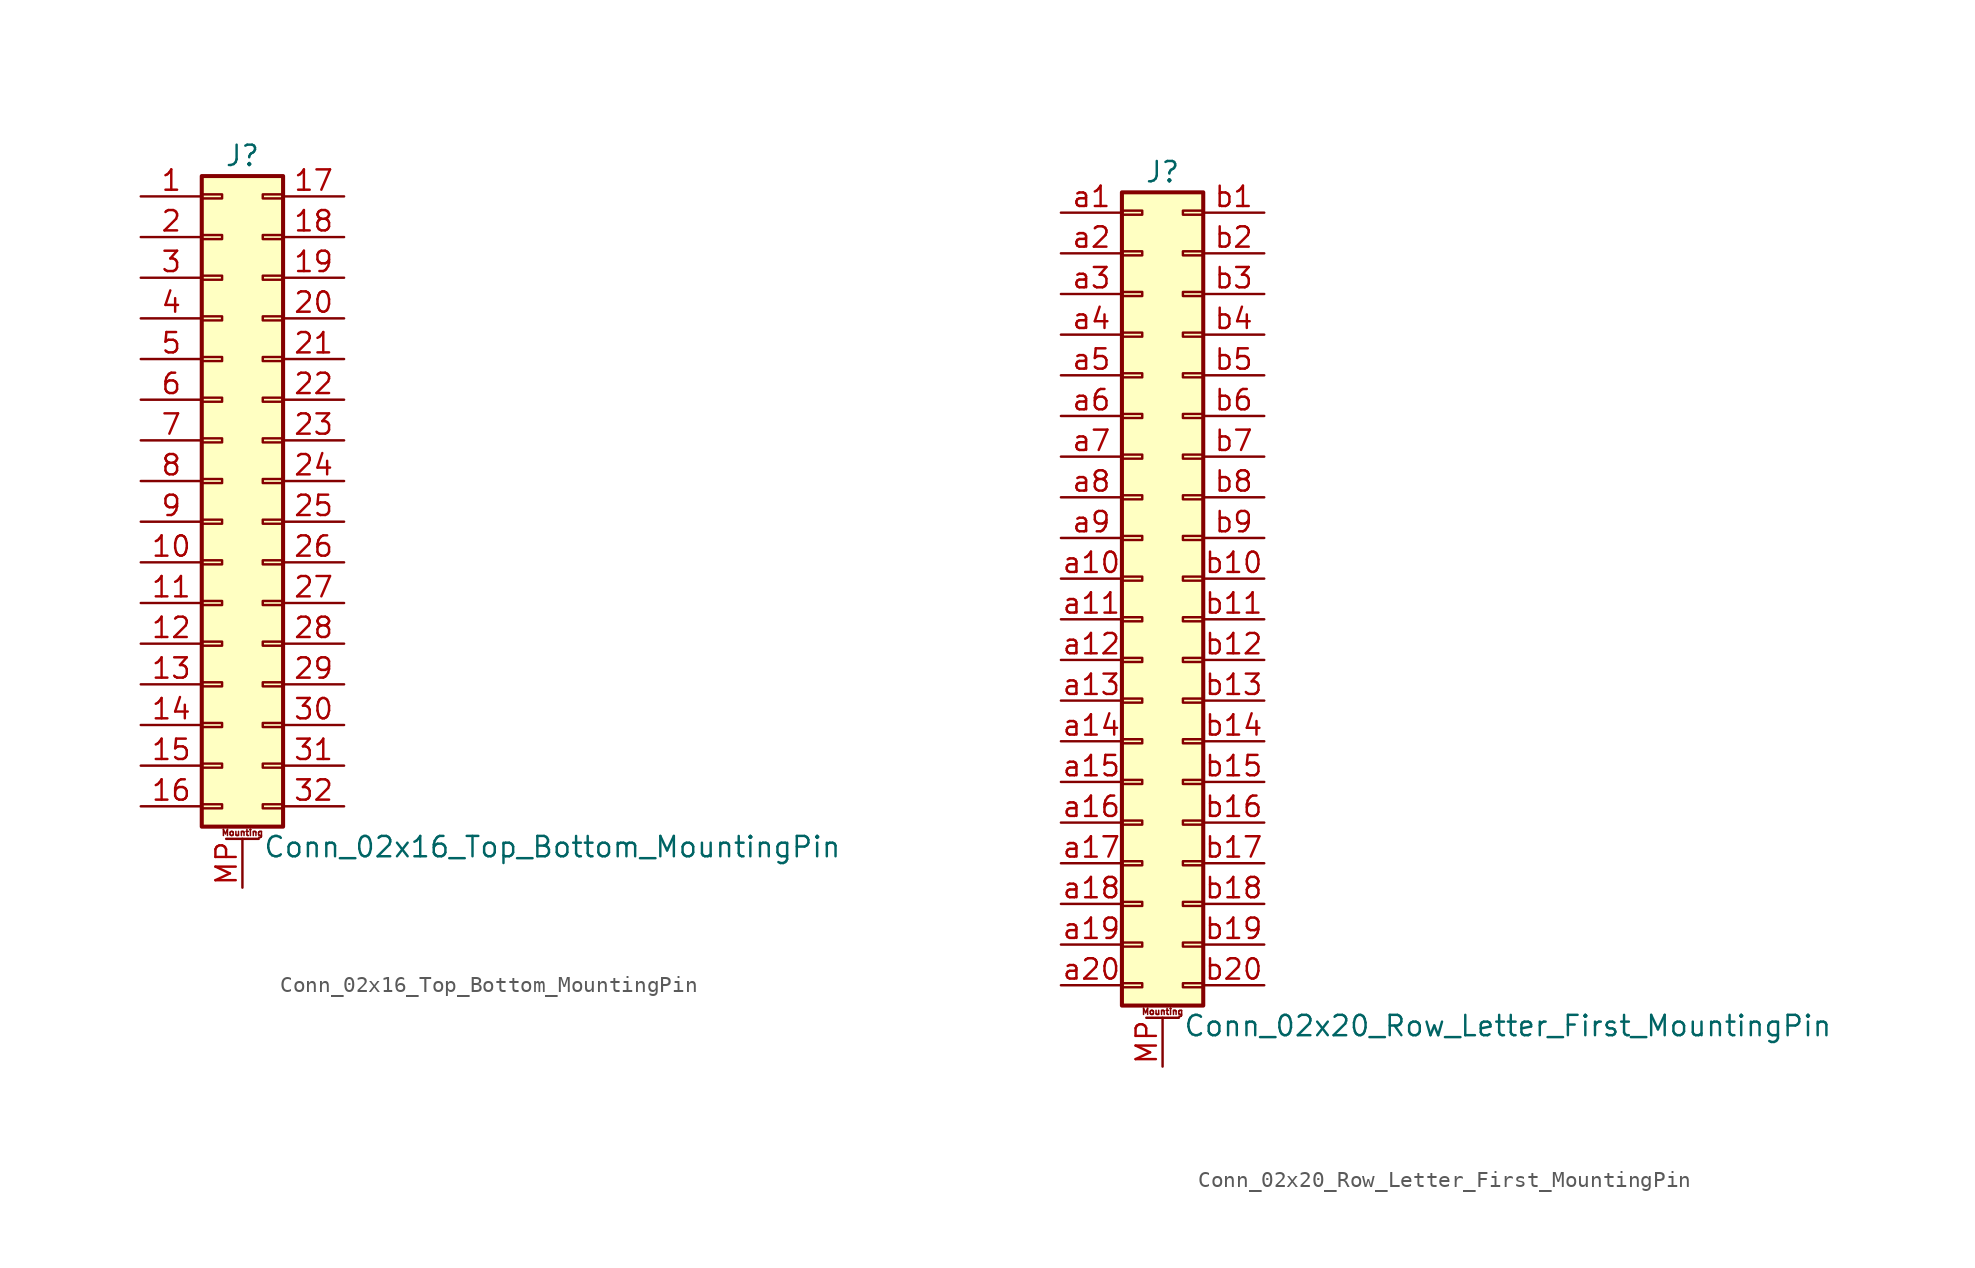
<source format=kicad_sym>
(kicad_symbol_lib
  (version 20211014)
  (generator kicad_symbol_editor)
  (symbol "Conn_02x16_Top_Bottom_MountingPin"
    (pin_names
      (offset 1.016) hide)
    (property "Reference" "J"
      (at 1.27 20.32 0)
      (effects (font (size 1.27 1.27))))
    (property "Value" "Conn_02x16_Top_Bottom_MountingPin"
      (at 2.54 -22.86 0)
      (effects (font (size 1.27 1.27)) (justify left)))
    (symbol "Conn_02x16_Top_Bottom_MountingPin_1_1"
      (rectangle (start -1.27 -20.193) (end 0 -20.447) (stroke (width 0.152) (type default) (color 0 0 0 0)) (fill (type none)))
      (rectangle (start -1.27 -17.653) (end 0 -17.907) (stroke (width 0.152) (type default) (color 0 0 0 0)) (fill (type none)))
      (rectangle (start -1.27 -15.113) (end 0 -15.367) (stroke (width 0.152) (type default) (color 0 0 0 0)) (fill (type none)))
      (rectangle (start -1.27 -12.573) (end 0 -12.827) (stroke (width 0.152) (type default) (color 0 0 0 0)) (fill (type none)))
      (rectangle (start -1.27 -10.033) (end 0 -10.287) (stroke (width 0.152) (type default) (color 0 0 0 0)) (fill (type none)))
      (rectangle (start -1.27 -7.493) (end 0 -7.747) (stroke (width 0.152) (type default) (color 0 0 0 0)) (fill (type none)))
      (rectangle (start -1.27 -4.953) (end 0 -5.207) (stroke (width 0.152) (type default) (color 0 0 0 0)) (fill (type none)))
      (rectangle (start -1.27 -2.413) (end 0 -2.667) (stroke (width 0.152) (type default) (color 0 0 0 0)) (fill (type none)))
      (rectangle (start -1.27 0.127) (end 0 -0.127) (stroke (width 0.152) (type default) (color 0 0 0 0)) (fill (type none)))
      (rectangle (start -1.27 2.667) (end 0 2.413) (stroke (width 0.152) (type default) (color 0 0 0 0)) (fill (type none)))
      (rectangle (start -1.27 5.207) (end 0 4.953) (stroke (width 0.152) (type default) (color 0 0 0 0)) (fill (type none)))
      (rectangle (start -1.27 7.747) (end 0 7.493) (stroke (width 0.152) (type default) (color 0 0 0 0)) (fill (type none)))
      (rectangle (start -1.27 10.287) (end 0 10.033) (stroke (width 0.152) (type default) (color 0 0 0 0)) (fill (type none)))
      (rectangle (start -1.27 12.827) (end 0 12.573) (stroke (width 0.152) (type default) (color 0 0 0 0)) (fill (type none)))
      (rectangle (start -1.27 15.367) (end 0 15.113) (stroke (width 0.152) (type default) (color 0 0 0 0)) (fill (type none)))
      (rectangle (start -1.27 17.907) (end 0 17.653) (stroke (width 0.152) (type default) (color 0 0 0 0)) (fill (type none)))
      (rectangle (start -1.27 19.05) (end 3.81 -21.59) (stroke (width 0.254) (type default) (color 0 0 0 0)) (fill (type background)))
      (polyline (pts (xy 0.254 -22.352) (xy 2.286 -22.352)) (stroke (width 0.152) (type default) (color 0 0 0 0)) (fill (type none)))
      (rectangle (start 3.81 -20.193) (end 2.54 -20.447) (stroke (width 0.152) (type default) (color 0 0 0 0)) (fill (type none)))
      (rectangle (start 3.81 -17.653) (end 2.54 -17.907) (stroke (width 0.152) (type default) (color 0 0 0 0)) (fill (type none)))
      (rectangle (start 3.81 -15.113) (end 2.54 -15.367) (stroke (width 0.152) (type default) (color 0 0 0 0)) (fill (type none)))
      (rectangle (start 3.81 -12.573) (end 2.54 -12.827) (stroke (width 0.152) (type default) (color 0 0 0 0)) (fill (type none)))
      (rectangle (start 3.81 -10.033) (end 2.54 -10.287) (stroke (width 0.152) (type default) (color 0 0 0 0)) (fill (type none)))
      (rectangle (start 3.81 -7.493) (end 2.54 -7.747) (stroke (width 0.152) (type default) (color 0 0 0 0)) (fill (type none)))
      (rectangle (start 3.81 -4.953) (end 2.54 -5.207) (stroke (width 0.152) (type default) (color 0 0 0 0)) (fill (type none)))
      (rectangle (start 3.81 -2.413) (end 2.54 -2.667) (stroke (width 0.152) (type default) (color 0 0 0 0)) (fill (type none)))
      (rectangle (start 3.81 0.127) (end 2.54 -0.127) (stroke (width 0.152) (type default) (color 0 0 0 0)) (fill (type none)))
      (rectangle (start 3.81 2.667) (end 2.54 2.413) (stroke (width 0.152) (type default) (color 0 0 0 0)) (fill (type none)))
      (rectangle (start 3.81 5.207) (end 2.54 4.953) (stroke (width 0.152) (type default) (color 0 0 0 0)) (fill (type none)))
      (rectangle (start 3.81 7.747) (end 2.54 7.493) (stroke (width 0.152) (type default) (color 0 0 0 0)) (fill (type none)))
      (rectangle (start 3.81 10.287) (end 2.54 10.033) (stroke (width 0.152) (type default) (color 0 0 0 0)) (fill (type none)))
      (rectangle (start 3.81 12.827) (end 2.54 12.573) (stroke (width 0.152) (type default) (color 0 0 0 0)) (fill (type none)))
      (rectangle (start 3.81 15.367) (end 2.54 15.113) (stroke (width 0.152) (type default) (color 0 0 0 0)) (fill (type none)))
      (rectangle (start 3.81 17.907) (end 2.54 17.653) (stroke (width 0.152) (type default) (color 0 0 0 0)) (fill (type none)))
      (text "Mounting" (at 1.27 -21.971 0) (effects (font (size 0.381 0.381))))
      (pin passive line (at -5.08 17.78 0) (length 3.81) (name "Pin_1" (effects (font (size 1.27 1.27)))) (number "1" (effects (font (size 1.27 1.27)))))
      (pin passive line (at -5.08 -5.08 0) (length 3.81) (name "Pin_10" (effects (font (size 1.27 1.27)))) (number "10" (effects (font (size 1.27 1.27)))))
      (pin passive line (at -5.08 -7.62 0) (length 3.81) (name "Pin_11" (effects (font (size 1.27 1.27)))) (number "11" (effects (font (size 1.27 1.27)))))
      (pin passive line (at -5.08 -10.16 0) (length 3.81) (name "Pin_12" (effects (font (size 1.27 1.27)))) (number "12" (effects (font (size 1.27 1.27)))))
      (pin passive line (at -5.08 -12.7 0) (length 3.81) (name "Pin_13" (effects (font (size 1.27 1.27)))) (number "13" (effects (font (size 1.27 1.27)))))
      (pin passive line (at -5.08 -15.24 0) (length 3.81) (name "Pin_14" (effects (font (size 1.27 1.27)))) (number "14" (effects (font (size 1.27 1.27)))))
      (pin passive line (at -5.08 -17.78 0) (length 3.81) (name "Pin_15" (effects (font (size 1.27 1.27)))) (number "15" (effects (font (size 1.27 1.27)))))
      (pin passive line (at -5.08 -20.32 0) (length 3.81) (name "Pin_16" (effects (font (size 1.27 1.27)))) (number "16" (effects (font (size 1.27 1.27)))))
      (pin passive line (at 7.62 17.78 180) (length 3.81) (name "Pin_17" (effects (font (size 1.27 1.27)))) (number "17" (effects (font (size 1.27 1.27)))))
      (pin passive line (at 7.62 15.24 180) (length 3.81) (name "Pin_18" (effects (font (size 1.27 1.27)))) (number "18" (effects (font (size 1.27 1.27)))))
      (pin passive line (at 7.62 12.7 180) (length 3.81) (name "Pin_19" (effects (font (size 1.27 1.27)))) (number "19" (effects (font (size 1.27 1.27)))))
      (pin passive line (at -5.08 15.24 0) (length 3.81) (name "Pin_2" (effects (font (size 1.27 1.27)))) (number "2" (effects (font (size 1.27 1.27)))))
      (pin passive line (at 7.62 10.16 180) (length 3.81) (name "Pin_20" (effects (font (size 1.27 1.27)))) (number "20" (effects (font (size 1.27 1.27)))))
      (pin passive line (at 7.62 7.62 180) (length 3.81) (name "Pin_21" (effects (font (size 1.27 1.27)))) (number "21" (effects (font (size 1.27 1.27)))))
      (pin passive line (at 7.62 5.08 180) (length 3.81) (name "Pin_22" (effects (font (size 1.27 1.27)))) (number "22" (effects (font (size 1.27 1.27)))))
      (pin passive line (at 7.62 2.54 180) (length 3.81) (name "Pin_23" (effects (font (size 1.27 1.27)))) (number "23" (effects (font (size 1.27 1.27)))))
      (pin passive line (at 7.62 0 180) (length 3.81) (name "Pin_24" (effects (font (size 1.27 1.27)))) (number "24" (effects (font (size 1.27 1.27)))))
      (pin passive line (at 7.62 -2.54 180) (length 3.81) (name "Pin_25" (effects (font (size 1.27 1.27)))) (number "25" (effects (font (size 1.27 1.27)))))
      (pin passive line (at 7.62 -5.08 180) (length 3.81) (name "Pin_26" (effects (font (size 1.27 1.27)))) (number "26" (effects (font (size 1.27 1.27)))))
      (pin passive line (at 7.62 -7.62 180) (length 3.81) (name "Pin_27" (effects (font (size 1.27 1.27)))) (number "27" (effects (font (size 1.27 1.27)))))
      (pin passive line (at 7.62 -10.16 180) (length 3.81) (name "Pin_28" (effects (font (size 1.27 1.27)))) (number "28" (effects (font (size 1.27 1.27)))))
      (pin passive line (at 7.62 -12.7 180) (length 3.81) (name "Pin_29" (effects (font (size 1.27 1.27)))) (number "29" (effects (font (size 1.27 1.27)))))
      (pin passive line (at -5.08 12.7 0) (length 3.81) (name "Pin_3" (effects (font (size 1.27 1.27)))) (number "3" (effects (font (size 1.27 1.27)))))
      (pin passive line (at 7.62 -15.24 180) (length 3.81) (name "Pin_30" (effects (font (size 1.27 1.27)))) (number "30" (effects (font (size 1.27 1.27)))))
      (pin passive line (at 7.62 -17.78 180) (length 3.81) (name "Pin_31" (effects (font (size 1.27 1.27)))) (number "31" (effects (font (size 1.27 1.27)))))
      (pin passive line (at 7.62 -20.32 180) (length 3.81) (name "Pin_32" (effects (font (size 1.27 1.27)))) (number "32" (effects (font (size 1.27 1.27)))))
      (pin passive line (at -5.08 10.16 0) (length 3.81) (name "Pin_4" (effects (font (size 1.27 1.27)))) (number "4" (effects (font (size 1.27 1.27)))))
      (pin passive line (at -5.08 7.62 0) (length 3.81) (name "Pin_5" (effects (font (size 1.27 1.27)))) (number "5" (effects (font (size 1.27 1.27)))))
      (pin passive line (at -5.08 5.08 0) (length 3.81) (name "Pin_6" (effects (font (size 1.27 1.27)))) (number "6" (effects (font (size 1.27 1.27)))))
      (pin passive line (at -5.08 2.54 0) (length 3.81) (name "Pin_7" (effects (font (size 1.27 1.27)))) (number "7" (effects (font (size 1.27 1.27)))))
      (pin passive line (at -5.08 0 0) (length 3.81) (name "Pin_8" (effects (font (size 1.27 1.27)))) (number "8" (effects (font (size 1.27 1.27)))))
      (pin passive line (at -5.08 -2.54 0) (length 3.81) (name "Pin_9" (effects (font (size 1.27 1.27)))) (number "9" (effects (font (size 1.27 1.27)))))
      (pin passive line (at 1.27 -25.4 90) (length 3.048) (name "MountPin" (effects (font (size 1.27 1.27)))) (number "MP" (effects (font (size 1.27 1.27)))))))
  (symbol "Conn_02x20_Row_Letter_First_MountingPin"
    (pin_names
      (offset 1.016) hide)
    (property "Reference" "J"
      (at 1.27 25.4 0)
      (effects (font (size 1.27 1.27))))
    (property "Value" "Conn_02x20_Row_Letter_First_MountingPin"
      (at 2.54 -27.94 0)
      (effects (font (size 1.27 1.27)) (justify left)))
    (symbol "Conn_02x20_Row_Letter_First_MountingPin_1_1"
      (rectangle (start -1.27 -25.273) (end 0 -25.527) (stroke (width 0.152) (type default) (color 0 0 0 0)) (fill (type none)))
      (rectangle (start -1.27 -22.733) (end 0 -22.987) (stroke (width 0.152) (type default) (color 0 0 0 0)) (fill (type none)))
      (rectangle (start -1.27 -20.193) (end 0 -20.447) (stroke (width 0.152) (type default) (color 0 0 0 0)) (fill (type none)))
      (rectangle (start -1.27 -17.653) (end 0 -17.907) (stroke (width 0.152) (type default) (color 0 0 0 0)) (fill (type none)))
      (rectangle (start -1.27 -15.113) (end 0 -15.367) (stroke (width 0.152) (type default) (color 0 0 0 0)) (fill (type none)))
      (rectangle (start -1.27 -12.573) (end 0 -12.827) (stroke (width 0.152) (type default) (color 0 0 0 0)) (fill (type none)))
      (rectangle (start -1.27 -10.033) (end 0 -10.287) (stroke (width 0.152) (type default) (color 0 0 0 0)) (fill (type none)))
      (rectangle (start -1.27 -7.493) (end 0 -7.747) (stroke (width 0.152) (type default) (color 0 0 0 0)) (fill (type none)))
      (rectangle (start -1.27 -4.953) (end 0 -5.207) (stroke (width 0.152) (type default) (color 0 0 0 0)) (fill (type none)))
      (rectangle (start -1.27 -2.413) (end 0 -2.667) (stroke (width 0.152) (type default) (color 0 0 0 0)) (fill (type none)))
      (rectangle (start -1.27 0.127) (end 0 -0.127) (stroke (width 0.152) (type default) (color 0 0 0 0)) (fill (type none)))
      (rectangle (start -1.27 2.667) (end 0 2.413) (stroke (width 0.152) (type default) (color 0 0 0 0)) (fill (type none)))
      (rectangle (start -1.27 5.207) (end 0 4.953) (stroke (width 0.152) (type default) (color 0 0 0 0)) (fill (type none)))
      (rectangle (start -1.27 7.747) (end 0 7.493) (stroke (width 0.152) (type default) (color 0 0 0 0)) (fill (type none)))
      (rectangle (start -1.27 10.287) (end 0 10.033) (stroke (width 0.152) (type default) (color 0 0 0 0)) (fill (type none)))
      (rectangle (start -1.27 12.827) (end 0 12.573) (stroke (width 0.152) (type default) (color 0 0 0 0)) (fill (type none)))
      (rectangle (start -1.27 15.367) (end 0 15.113) (stroke (width 0.152) (type default) (color 0 0 0 0)) (fill (type none)))
      (rectangle (start -1.27 17.907) (end 0 17.653) (stroke (width 0.152) (type default) (color 0 0 0 0)) (fill (type none)))
      (rectangle (start -1.27 20.447) (end 0 20.193) (stroke (width 0.152) (type default) (color 0 0 0 0)) (fill (type none)))
      (rectangle (start -1.27 22.987) (end 0 22.733) (stroke (width 0.152) (type default) (color 0 0 0 0)) (fill (type none)))
      (rectangle (start -1.27 24.13) (end 3.81 -26.67) (stroke (width 0.254) (type default) (color 0 0 0 0)) (fill (type background)))
      (polyline (pts (xy 0.254 -27.432) (xy 2.286 -27.432)) (stroke (width 0.152) (type default) (color 0 0 0 0)) (fill (type none)))
      (rectangle (start 3.81 -25.273) (end 2.54 -25.527) (stroke (width 0.152) (type default) (color 0 0 0 0)) (fill (type none)))
      (rectangle (start 3.81 -22.733) (end 2.54 -22.987) (stroke (width 0.152) (type default) (color 0 0 0 0)) (fill (type none)))
      (rectangle (start 3.81 -20.193) (end 2.54 -20.447) (stroke (width 0.152) (type default) (color 0 0 0 0)) (fill (type none)))
      (rectangle (start 3.81 -17.653) (end 2.54 -17.907) (stroke (width 0.152) (type default) (color 0 0 0 0)) (fill (type none)))
      (rectangle (start 3.81 -15.113) (end 2.54 -15.367) (stroke (width 0.152) (type default) (color 0 0 0 0)) (fill (type none)))
      (rectangle (start 3.81 -12.573) (end 2.54 -12.827) (stroke (width 0.152) (type default) (color 0 0 0 0)) (fill (type none)))
      (rectangle (start 3.81 -10.033) (end 2.54 -10.287) (stroke (width 0.152) (type default) (color 0 0 0 0)) (fill (type none)))
      (rectangle (start 3.81 -7.493) (end 2.54 -7.747) (stroke (width 0.152) (type default) (color 0 0 0 0)) (fill (type none)))
      (rectangle (start 3.81 -4.953) (end 2.54 -5.207) (stroke (width 0.152) (type default) (color 0 0 0 0)) (fill (type none)))
      (rectangle (start 3.81 -2.413) (end 2.54 -2.667) (stroke (width 0.152) (type default) (color 0 0 0 0)) (fill (type none)))
      (rectangle (start 3.81 0.127) (end 2.54 -0.127) (stroke (width 0.152) (type default) (color 0 0 0 0)) (fill (type none)))
      (rectangle (start 3.81 2.667) (end 2.54 2.413) (stroke (width 0.152) (type default) (color 0 0 0 0)) (fill (type none)))
      (rectangle (start 3.81 5.207) (end 2.54 4.953) (stroke (width 0.152) (type default) (color 0 0 0 0)) (fill (type none)))
      (rectangle (start 3.81 7.747) (end 2.54 7.493) (stroke (width 0.152) (type default) (color 0 0 0 0)) (fill (type none)))
      (rectangle (start 3.81 10.287) (end 2.54 10.033) (stroke (width 0.152) (type default) (color 0 0 0 0)) (fill (type none)))
      (rectangle (start 3.81 12.827) (end 2.54 12.573) (stroke (width 0.152) (type default) (color 0 0 0 0)) (fill (type none)))
      (rectangle (start 3.81 15.367) (end 2.54 15.113) (stroke (width 0.152) (type default) (color 0 0 0 0)) (fill (type none)))
      (rectangle (start 3.81 17.907) (end 2.54 17.653) (stroke (width 0.152) (type default) (color 0 0 0 0)) (fill (type none)))
      (rectangle (start 3.81 20.447) (end 2.54 20.193) (stroke (width 0.152) (type default) (color 0 0 0 0)) (fill (type none)))
      (rectangle (start 3.81 22.987) (end 2.54 22.733) (stroke (width 0.152) (type default) (color 0 0 0 0)) (fill (type none)))
      (text "Mounting" (at 1.27 -27.051 0) (effects (font (size 0.381 0.381))))
      (pin passive line (at 1.27 -30.48 90) (length 3.048) (name "MountPin" (effects (font (size 1.27 1.27)))) (number "MP" (effects (font (size 1.27 1.27)))))
      (pin passive line (at -5.08 22.86 0) (length 3.81) (name "Pin_a1" (effects (font (size 1.27 1.27)))) (number "a1" (effects (font (size 1.27 1.27)))))
      (pin passive line (at -5.08 0 0) (length 3.81) (name "Pin_a10" (effects (font (size 1.27 1.27)))) (number "a10" (effects (font (size 1.27 1.27)))))
      (pin passive line (at -5.08 -2.54 0) (length 3.81) (name "Pin_a11" (effects (font (size 1.27 1.27)))) (number "a11" (effects (font (size 1.27 1.27)))))
      (pin passive line (at -5.08 -5.08 0) (length 3.81) (name "Pin_a12" (effects (font (size 1.27 1.27)))) (number "a12" (effects (font (size 1.27 1.27)))))
      (pin passive line (at -5.08 -7.62 0) (length 3.81) (name "Pin_a13" (effects (font (size 1.27 1.27)))) (number "a13" (effects (font (size 1.27 1.27)))))
      (pin passive line (at -5.08 -10.16 0) (length 3.81) (name "Pin_a14" (effects (font (size 1.27 1.27)))) (number "a14" (effects (font (size 1.27 1.27)))))
      (pin passive line (at -5.08 -12.7 0) (length 3.81) (name "Pin_a15" (effects (font (size 1.27 1.27)))) (number "a15" (effects (font (size 1.27 1.27)))))
      (pin passive line (at -5.08 -15.24 0) (length 3.81) (name "Pin_a16" (effects (font (size 1.27 1.27)))) (number "a16" (effects (font (size 1.27 1.27)))))
      (pin passive line (at -5.08 -17.78 0) (length 3.81) (name "Pin_a17" (effects (font (size 1.27 1.27)))) (number "a17" (effects (font (size 1.27 1.27)))))
      (pin passive line (at -5.08 -20.32 0) (length 3.81) (name "Pin_a18" (effects (font (size 1.27 1.27)))) (number "a18" (effects (font (size 1.27 1.27)))))
      (pin passive line (at -5.08 -22.86 0) (length 3.81) (name "Pin_a19" (effects (font (size 1.27 1.27)))) (number "a19" (effects (font (size 1.27 1.27)))))
      (pin passive line (at -5.08 20.32 0) (length 3.81) (name "Pin_a2" (effects (font (size 1.27 1.27)))) (number "a2" (effects (font (size 1.27 1.27)))))
      (pin passive line (at -5.08 -25.4 0) (length 3.81) (name "Pin_a20" (effects (font (size 1.27 1.27)))) (number "a20" (effects (font (size 1.27 1.27)))))
      (pin passive line (at -5.08 17.78 0) (length 3.81) (name "Pin_a3" (effects (font (size 1.27 1.27)))) (number "a3" (effects (font (size 1.27 1.27)))))
      (pin passive line (at -5.08 15.24 0) (length 3.81) (name "Pin_a4" (effects (font (size 1.27 1.27)))) (number "a4" (effects (font (size 1.27 1.27)))))
      (pin passive line (at -5.08 12.7 0) (length 3.81) (name "Pin_a5" (effects (font (size 1.27 1.27)))) (number "a5" (effects (font (size 1.27 1.27)))))
      (pin passive line (at -5.08 10.16 0) (length 3.81) (name "Pin_a6" (effects (font (size 1.27 1.27)))) (number "a6" (effects (font (size 1.27 1.27)))))
      (pin passive line (at -5.08 7.62 0) (length 3.81) (name "Pin_a7" (effects (font (size 1.27 1.27)))) (number "a7" (effects (font (size 1.27 1.27)))))
      (pin passive line (at -5.08 5.08 0) (length 3.81) (name "Pin_a8" (effects (font (size 1.27 1.27)))) (number "a8" (effects (font (size 1.27 1.27)))))
      (pin passive line (at -5.08 2.54 0) (length 3.81) (name "Pin_a9" (effects (font (size 1.27 1.27)))) (number "a9" (effects (font (size 1.27 1.27)))))
      (pin passive line (at 7.62 22.86 180) (length 3.81) (name "Pin_b1" (effects (font (size 1.27 1.27)))) (number "b1" (effects (font (size 1.27 1.27)))))
      (pin passive line (at 7.62 0 180) (length 3.81) (name "Pin_b10" (effects (font (size 1.27 1.27)))) (number "b10" (effects (font (size 1.27 1.27)))))
      (pin passive line (at 7.62 -2.54 180) (length 3.81) (name "Pin_b11" (effects (font (size 1.27 1.27)))) (number "b11" (effects (font (size 1.27 1.27)))))
      (pin passive line (at 7.62 -5.08 180) (length 3.81) (name "Pin_b12" (effects (font (size 1.27 1.27)))) (number "b12" (effects (font (size 1.27 1.27)))))
      (pin passive line (at 7.62 -7.62 180) (length 3.81) (name "Pin_b13" (effects (font (size 1.27 1.27)))) (number "b13" (effects (font (size 1.27 1.27)))))
      (pin passive line (at 7.62 -10.16 180) (length 3.81) (name "Pin_b14" (effects (font (size 1.27 1.27)))) (number "b14" (effects (font (size 1.27 1.27)))))
      (pin passive line (at 7.62 -12.7 180) (length 3.81) (name "Pin_b15" (effects (font (size 1.27 1.27)))) (number "b15" (effects (font (size 1.27 1.27)))))
      (pin passive line (at 7.62 -15.24 180) (length 3.81) (name "Pin_b16" (effects (font (size 1.27 1.27)))) (number "b16" (effects (font (size 1.27 1.27)))))
      (pin passive line (at 7.62 -17.78 180) (length 3.81) (name "Pin_b17" (effects (font (size 1.27 1.27)))) (number "b17" (effects (font (size 1.27 1.27)))))
      (pin passive line (at 7.62 -20.32 180) (length 3.81) (name "Pin_b18" (effects (font (size 1.27 1.27)))) (number "b18" (effects (font (size 1.27 1.27)))))
      (pin passive line (at 7.62 -22.86 180) (length 3.81) (name "Pin_b19" (effects (font (size 1.27 1.27)))) (number "b19" (effects (font (size 1.27 1.27)))))
      (pin passive line (at 7.62 20.32 180) (length 3.81) (name "Pin_b2" (effects (font (size 1.27 1.27)))) (number "b2" (effects (font (size 1.27 1.27)))))
      (pin passive line (at 7.62 -25.4 180) (length 3.81) (name "Pin_b20" (effects (font (size 1.27 1.27)))) (number "b20" (effects (font (size 1.27 1.27)))))
      (pin passive line (at 7.62 17.78 180) (length 3.81) (name "Pin_b3" (effects (font (size 1.27 1.27)))) (number "b3" (effects (font (size 1.27 1.27)))))
      (pin passive line (at 7.62 15.24 180) (length 3.81) (name "Pin_b4" (effects (font (size 1.27 1.27)))) (number "b4" (effects (font (size 1.27 1.27)))))
      (pin passive line (at 7.62 12.7 180) (length 3.81) (name "Pin_b5" (effects (font (size 1.27 1.27)))) (number "b5" (effects (font (size 1.27 1.27)))))
      (pin passive line (at 7.62 10.16 180) (length 3.81) (name "Pin_b6" (effects (font (size 1.27 1.27)))) (number "b6" (effects (font (size 1.27 1.27)))))
      (pin passive line (at 7.62 7.62 180) (length 3.81) (name "Pin_b7" (effects (font (size 1.27 1.27)))) (number "b7" (effects (font (size 1.27 1.27)))))
      (pin passive line (at 7.62 5.08 180) (length 3.81) (name "Pin_b8" (effects (font (size 1.27 1.27)))) (number "b8" (effects (font (size 1.27 1.27)))))
      (pin passive line (at 7.62 2.54 180) (length 3.81) (name "Pin_b9" (effects (font (size 1.27 1.27)))) (number "b9" (effects (font (size 1.27 1.27))))))))
</source>
